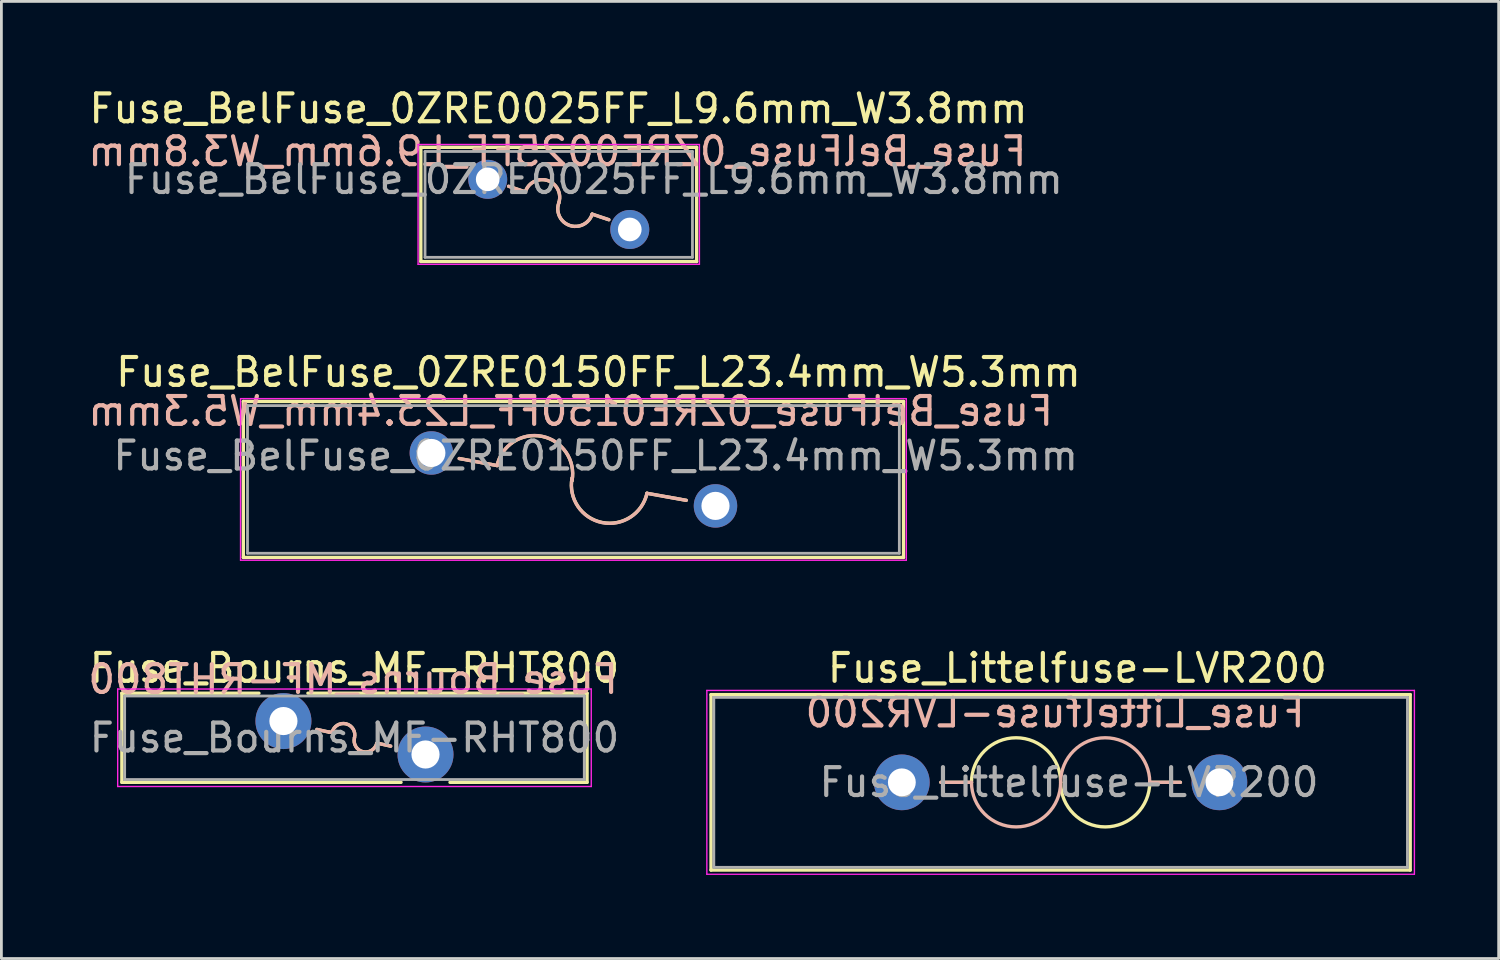
<source format=kicad_pcb>
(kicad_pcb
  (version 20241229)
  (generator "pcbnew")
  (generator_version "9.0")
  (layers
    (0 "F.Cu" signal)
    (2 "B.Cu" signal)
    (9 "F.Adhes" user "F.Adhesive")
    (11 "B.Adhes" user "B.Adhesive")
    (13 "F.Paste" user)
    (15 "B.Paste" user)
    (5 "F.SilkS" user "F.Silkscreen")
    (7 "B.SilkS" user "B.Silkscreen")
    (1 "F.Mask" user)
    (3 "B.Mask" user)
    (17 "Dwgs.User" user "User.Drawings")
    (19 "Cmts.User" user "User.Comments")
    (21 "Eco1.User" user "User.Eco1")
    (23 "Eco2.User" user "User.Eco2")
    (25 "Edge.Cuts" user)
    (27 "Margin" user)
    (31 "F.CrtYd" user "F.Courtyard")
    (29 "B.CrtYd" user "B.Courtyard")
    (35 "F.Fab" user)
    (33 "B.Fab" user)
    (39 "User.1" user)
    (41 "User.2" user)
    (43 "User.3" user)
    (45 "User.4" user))
  (footprint "Fuse_BelFuse_0ZRE0025FF_L9.6mm_W3.8mm"
    (layer "F.Cu")
    (at 14.458 3.388)
    (property "Reference" "Fuse_BelFuse_0ZRE0025FF_L9.6mm_W3.8mm" (at 2.54 -2.54 0) (layer "F.SilkS") (effects (font (size 1 1) (thickness 0.15))))
    (fp_line (start -2.4 -1.15) (end -2.4 2.95) (stroke (width 0.12) (type solid)) (layer "F.SilkS"))
    (fp_line (start -2.4 -1.15) (end 7.5 -1.15) (stroke (width 0.12) (type solid)) (layer "F.SilkS"))
    (fp_line (start -2.4 2.95) (end 7.5 2.95) (stroke (width 0.12) (type solid)) (layer "F.SilkS"))
    (fp_line (start 0.75 0.25) (end 1.35 0.45) (stroke (width 0.12) (type solid)) (layer "F.SilkS"))
    (fp_line (start 3.75 1.25) (end 4.35 1.45) (stroke (width 0.12) (type solid)) (layer "F.SilkS"))
    (fp_line (start 7.5 -1.15) (end 7.5 2.95) (stroke (width 0.12) (type solid)) (layer "F.SilkS"))
    (fp_arc (start 1.350003 0.450002) (mid 2.150001 0.050002) (end 2.550001 0.85) (stroke (width 0.12) (type solid)) (layer "F.SilkS"))
    (fp_arc (start 3.749999 1.249998) (mid 2.950001 1.649998) (end 2.550001 0.85) (stroke (width 0.12) (type solid)) (layer "F.SilkS"))
    (fp_line (start 0.75 0.25) (end 1.35 0.45) (stroke (width 0.12) (type solid)) (layer "B.SilkS"))
    (fp_line (start 3.75 1.25) (end 4.35 1.45) (stroke (width 0.12) (type solid)) (layer "B.SilkS"))
    (fp_arc (start 1.350003 0.450002) (mid 2.150001 0.050002) (end 2.550001 0.85) (stroke (width 0.12) (type solid)) (layer "B.SilkS"))
    (fp_arc (start 3.749999 1.249998) (mid 2.950001 1.649998) (end 2.550001 0.85) (stroke (width 0.12) (type solid)) (layer "B.SilkS"))
    (fp_line (start -2.5 -1.25) (end -2.5 3.05) (stroke (width 0.05) (type solid)) (layer "F.CrtYd"))
    (fp_line (start -2.5 -1.25) (end 7.6 -1.25) (stroke (width 0.05) (type solid)) (layer "F.CrtYd"))
    (fp_line (start -2.5 3.05) (end 7.6 3.05) (stroke (width 0.05) (type solid)) (layer "F.CrtYd"))
    (fp_line (start 7.6 -1.25) (end 7.6 3.05) (stroke (width 0.05) (type solid)) (layer "F.CrtYd"))
    (fp_line (start -2.25 -1) (end -2.25 2.8) (stroke (width 0.1) (type solid)) (layer "F.Fab"))
    (fp_line (start -2.25 -1) (end 7.35 -1) (stroke (width 0.1) (type solid)) (layer "F.Fab"))
    (fp_line (start -2.25 2.8) (end 7.35 2.8) (stroke (width 0.1) (type solid)) (layer "F.Fab"))
    (fp_line (start 7.35 -1) (end 7.35 2.8) (stroke (width 0.1) (type solid)) (layer "F.Fab"))
    (fp_text user "${REFERENCE}" (at 2.5 -1 0) (layer "B.SilkS") (effects (font (size 1 1) (thickness 0.15)) (justify mirror)))
    (fp_text user "${REFERENCE}" (at 3.81 0 0) (layer "F.Fab") (effects (font (size 1 1) (thickness 0.15))))
    (pad "1" thru_hole circle (at 0 0) (size 1.4 1.4) (drill 0.85) (layers "*.Cu" "*.Mask"))
    (pad "2" thru_hole circle (at 5.1 1.8) (size 1.4 1.4) (drill 0.85) (layers "*.Cu" "*.Mask")))
  (footprint "Fuse_Bourns_MF-RHT800"
    (layer "F.Cu")
    (at 7.125 22.835)
    (property "Reference" "Fuse_Bourns_MF-RHT800" (at 2.55 -1.9 0) (layer "F.SilkS") (effects (font (size 1 1) (thickness 0.15))))
    (fp_line (start -5.8 -1) (end -5.8 2.2) (stroke (width 0.12) (type solid)) (layer "F.SilkS"))
    (fp_line (start -5.8 -1) (end -0.879 -1) (stroke (width 0.12) (type solid)) (layer "F.SilkS"))
    (fp_line (start -5.8 2.2) (end 4.222 2.2) (stroke (width 0.12) (type solid)) (layer "F.SilkS"))
    (fp_line (start 0.879 -1) (end 10.9 -1) (stroke (width 0.12) (type solid)) (layer "F.SilkS"))
    (fp_line (start 1.2 0.3) (end 1.65 0.4) (stroke (width 0.12) (type solid)) (layer "F.SilkS"))
    (fp_line (start 1.75 0.4) (end 1.65 0.4) (stroke (width 0.12) (type solid)) (layer "F.SilkS"))
    (fp_line (start 3.35 0.8) (end 3.4 0.8) (stroke (width 0.12) (type solid)) (layer "F.SilkS"))
    (fp_line (start 3.4 0.8) (end 3.85 0.9) (stroke (width 0.12) (type solid)) (layer "F.SilkS"))
    (fp_line (start 5.979 2.2) (end 10.9 2.2) (stroke (width 0.12) (type solid)) (layer "F.SilkS"))
    (fp_line (start 10.9 -1) (end 10.9 2.2) (stroke (width 0.12) (type solid)) (layer "F.SilkS"))
    (fp_arc (start 1.750001 0.400001) (mid 2.249999 0.100001) (end 2.549999 0.599999) (stroke (width 0.12) (type solid)) (layer "F.SilkS"))
    (fp_arc (start 3.349999 0.799999) (mid 2.850001 1.099999) (end 2.550001 0.600001) (stroke (width 0.12) (type solid)) (layer "F.SilkS"))
    (fp_line (start 1.2 0.3) (end 1.65 0.4) (stroke (width 0.12) (type solid)) (layer "B.SilkS"))
    (fp_line (start 1.75 0.4) (end 1.65 0.4) (stroke (width 0.12) (type solid)) (layer "B.SilkS"))
    (fp_line (start 3.35 0.8) (end 3.4 0.8) (stroke (width 0.12) (type solid)) (layer "B.SilkS"))
    (fp_line (start 3.4 0.8) (end 3.85 0.9) (stroke (width 0.12) (type solid)) (layer "B.SilkS"))
    (fp_arc (start 1.750001 0.400001) (mid 2.249999 0.100001) (end 2.549999 0.599999) (stroke (width 0.12) (type solid)) (layer "B.SilkS"))
    (fp_arc (start 3.349999 0.799999) (mid 2.850001 1.099999) (end 2.550001 0.600001) (stroke (width 0.12) (type solid)) (layer "B.SilkS"))
    (fp_line (start -5.95 -1.15) (end -5.95 2.35) (stroke (width 0.05) (type solid)) (layer "F.CrtYd"))
    (fp_line (start -5.95 2.35) (end 11.05 2.35) (stroke (width 0.05) (type solid)) (layer "F.CrtYd"))
    (fp_line (start 11.05 -1.15) (end -5.95 -1.15) (stroke (width 0.05) (type solid)) (layer "F.CrtYd"))
    (fp_line (start 11.05 2.35) (end 11.05 -1.15) (stroke (width 0.05) (type solid)) (layer "F.CrtYd"))
    (fp_line (start -5.7 -0.9) (end -5.7 2.1) (stroke (width 0.1) (type solid)) (layer "F.Fab"))
    (fp_line (start -5.7 2.1) (end 10.8 2.1) (stroke (width 0.1) (type solid)) (layer "F.Fab"))
    (fp_line (start 10.8 -0.9) (end -5.7 -0.9) (stroke (width 0.1) (type solid)) (layer "F.Fab"))
    (fp_line (start 10.8 2.1) (end 10.8 -0.9) (stroke (width 0.1) (type solid)) (layer "F.Fab"))
    (fp_text user "${REFERENCE}" (at 2.5 -1.5 0) (layer "B.SilkS") (effects (font (size 1 1) (thickness 0.15)) (justify mirror)))
    (fp_text user "${REFERENCE}" (at 2.55 0.6 0) (layer "F.Fab") (effects (font (size 1 1) (thickness 0.15))))
    (pad "1" thru_hole circle (at 0 0) (size 2.01 2.01) (drill 1.01) (layers "*.Cu" "*.Mask"))
    (pad "2" thru_hole circle (at 5.1 1.2) (size 2.01 2.01) (drill 1.01) (layers "*.Cu" "*.Mask")))
  (footprint "Fuse_BelFuse_0ZRE0150FF_L23.4mm_W5.3mm"
    (layer "F.Cu")
    (at 12.435 13.211)
    (property "Reference" "Fuse_BelFuse_0ZRE0150FF_L23.4mm_W5.3mm" (at 6 -2.9 0) (layer "F.SilkS") (effects (font (size 1 1) (thickness 0.15))))
    (fp_line (start -6.75 -1.85) (end -6.75 3.75) (stroke (width 0.12) (type solid)) (layer "F.SilkS"))
    (fp_line (start -6.75 -1.85) (end 16.95 -1.85) (stroke (width 0.12) (type solid)) (layer "F.SilkS"))
    (fp_line (start -6.75 3.75) (end 16.95 3.75) (stroke (width 0.12) (type solid)) (layer "F.SilkS"))
    (fp_line (start 1 0.2) (end 2.36 0.452) (stroke (width 0.12) (type solid)) (layer "F.SilkS"))
    (fp_line (start 7.74 1.448) (end 9.15 1.7) (stroke (width 0.12) (type solid)) (layer "F.SilkS"))
    (fp_line (start 16.95 -1.85) (end 16.95 3.75) (stroke (width 0.12) (type solid)) (layer "F.SilkS"))
    (fp_arc (start 2.359742 0.452167) (mid 3.97396 -0.59534) (end 5.049999 1) (stroke (width 0.12) (type solid)) (layer "F.SilkS"))
    (fp_arc (start 7.740258 1.447834) (mid 6.12604 2.495341) (end 5.050001 0.900001) (stroke (width 0.12) (type solid)) (layer "F.SilkS"))
    (fp_line (start 1 0.2) (end 2.36 0.452) (stroke (width 0.12) (type solid)) (layer "B.SilkS"))
    (fp_line (start 7.74 1.448) (end 9.15 1.7) (stroke (width 0.12) (type solid)) (layer "B.SilkS"))
    (fp_arc (start 2.359739 0.452167) (mid 3.974046 -0.595772) (end 5.049999 1) (stroke (width 0.12) (type solid)) (layer "B.SilkS"))
    (fp_arc (start 7.740261 1.447834) (mid 6.125954 2.495773) (end 5.050001 0.900001) (stroke (width 0.12) (type solid)) (layer "B.SilkS"))
    (fp_line (start -6.85 -1.95) (end -6.85 3.85) (stroke (width 0.05) (type solid)) (layer "F.CrtYd"))
    (fp_line (start -6.85 -1.95) (end 17.05 -1.95) (stroke (width 0.05) (type solid)) (layer "F.CrtYd"))
    (fp_line (start -6.85 3.85) (end 17.05 3.85) (stroke (width 0.05) (type solid)) (layer "F.CrtYd"))
    (fp_line (start 17.05 -1.95) (end 17.05 3.85) (stroke (width 0.05) (type solid)) (layer "F.CrtYd"))
    (fp_line (start -6.6 -1.7) (end -6.6 3.6) (stroke (width 0.1) (type solid)) (layer "F.Fab"))
    (fp_line (start -6.6 -1.7) (end 16.8 -1.7) (stroke (width 0.1) (type solid)) (layer "F.Fab"))
    (fp_line (start -6.6 3.6) (end 16.8 3.6) (stroke (width 0.1) (type solid)) (layer "F.Fab"))
    (fp_line (start 16.8 -1.7) (end 16.8 3.6) (stroke (width 0.1) (type solid)) (layer "F.Fab"))
    (fp_text user "${REFERENCE}" (at 5 -1.5 0) (layer "B.SilkS") (effects (font (size 1 1) (thickness 0.15)) (justify mirror)))
    (fp_text user "${REFERENCE}" (at 5.9 0.1 0) (layer "F.Fab") (effects (font (size 1 1) (thickness 0.15))))
    (pad "1" thru_hole circle (at 0 0) (size 1.56 1.56) (drill 1.01) (layers "*.Cu" "*.Mask"))
    (pad "2" thru_hole circle (at 10.2 1.9) (size 1.56 1.56) (drill 1.01) (layers "*.Cu" "*.Mask")))
  (footprint "Fuse_Littelfuse-LVR200"
    (layer "F.Cu")
    (at 29.325 25.035)
    (property "Reference" "Fuse_Littelfuse-LVR200" (at 6.3 -4.1 0) (layer "F.SilkS") (effects (font (size 1 1) (thickness 0.15))))
    (fp_line (start -6.85 -3.15) (end -6.85 3.15) (stroke (width 0.12) (type solid)) (layer "F.SilkS"))
    (fp_line (start -6.85 -3.15) (end 18.25 -3.15) (stroke (width 0.12) (type solid)) (layer "F.SilkS"))
    (fp_line (start 1.4 0) (end 2.5 0) (stroke (width 0.12) (type solid)) (layer "F.SilkS"))
    (fp_line (start 8.9 0) (end 10 0) (stroke (width 0.12) (type solid)) (layer "F.SilkS"))
    (fp_line (start 18.25 3.15) (end -6.85 3.15) (stroke (width 0.12) (type solid)) (layer "F.SilkS"))
    (fp_line (start 18.25 3.15) (end 18.25 -3.15) (stroke (width 0.12) (type solid)) (layer "F.SilkS"))
    (fp_arc (start 2.5 0) (mid 4.1 -1.6) (end 5.7 0) (stroke (width 0.12) (type solid)) (layer "F.SilkS"))
    (fp_arc (start 8.9 0) (mid 7.3 1.6) (end 5.7 0) (stroke (width 0.12) (type solid)) (layer "F.SilkS"))
    (fp_line (start 2.5 0) (end 1.4 0) (stroke (width 0.12) (type solid)) (layer "B.SilkS"))
    (fp_line (start 10 0) (end 8.9 0) (stroke (width 0.12) (type solid)) (layer "B.SilkS"))
    (fp_arc (start 5.7 0) (mid 4.1 1.6) (end 2.5 0) (stroke (width 0.12) (type solid)) (layer "B.SilkS"))
    (fp_arc (start 5.7 0) (mid 7.3 -1.6) (end 8.9 0) (stroke (width 0.12) (type solid)) (layer "B.SilkS"))
    (fp_line (start -7 -3.3) (end -7 3.3) (stroke (width 0.05) (type solid)) (layer "F.CrtYd"))
    (fp_line (start -7 -3.3) (end 18.4 -3.3) (stroke (width 0.05) (type solid)) (layer "F.CrtYd"))
    (fp_line (start 18.4 3.3) (end -7 3.3) (stroke (width 0.05) (type solid)) (layer "F.CrtYd"))
    (fp_line (start 18.4 3.3) (end 18.4 -3.3) (stroke (width 0.05) (type solid)) (layer "F.CrtYd"))
    (fp_line (start -6.75 -3.05) (end -6.75 3.05) (stroke (width 0.1) (type solid)) (layer "F.Fab"))
    (fp_line (start -6.75 3.05) (end 18.15 3.05) (stroke (width 0.1) (type solid)) (layer "F.Fab"))
    (fp_line (start 18.15 -3.05) (end -6.75 -3.05) (stroke (width 0.1) (type solid)) (layer "F.Fab"))
    (fp_line (start 18.15 3.05) (end 18.15 -3.05) (stroke (width 0.1) (type solid)) (layer "F.Fab"))
    (fp_text user "${REFERENCE}" (at 5.5 -2.5 0) (layer "B.SilkS") (effects (font (size 1 1) (thickness 0.15)) (justify mirror)))
    (fp_text user "${REFERENCE}" (at 6 0 0) (layer "F.Fab") (effects (font (size 1 1) (thickness 0.15))))
    (pad "1" thru_hole circle (at 0 0) (size 2 2) (drill 1) (layers "*.Cu" "*.Mask"))
    (pad "2" thru_hole circle (at 11.4 0) (size 2 2) (drill 1) (layers "*.Cu" "*.Mask")))
  (gr_rect
    (start -3 -3)
    (end 50.75 31.36)
    (stroke (width 0.1) (type default))
    (fill no)
    (layer "Edge.Cuts")))
</source>
